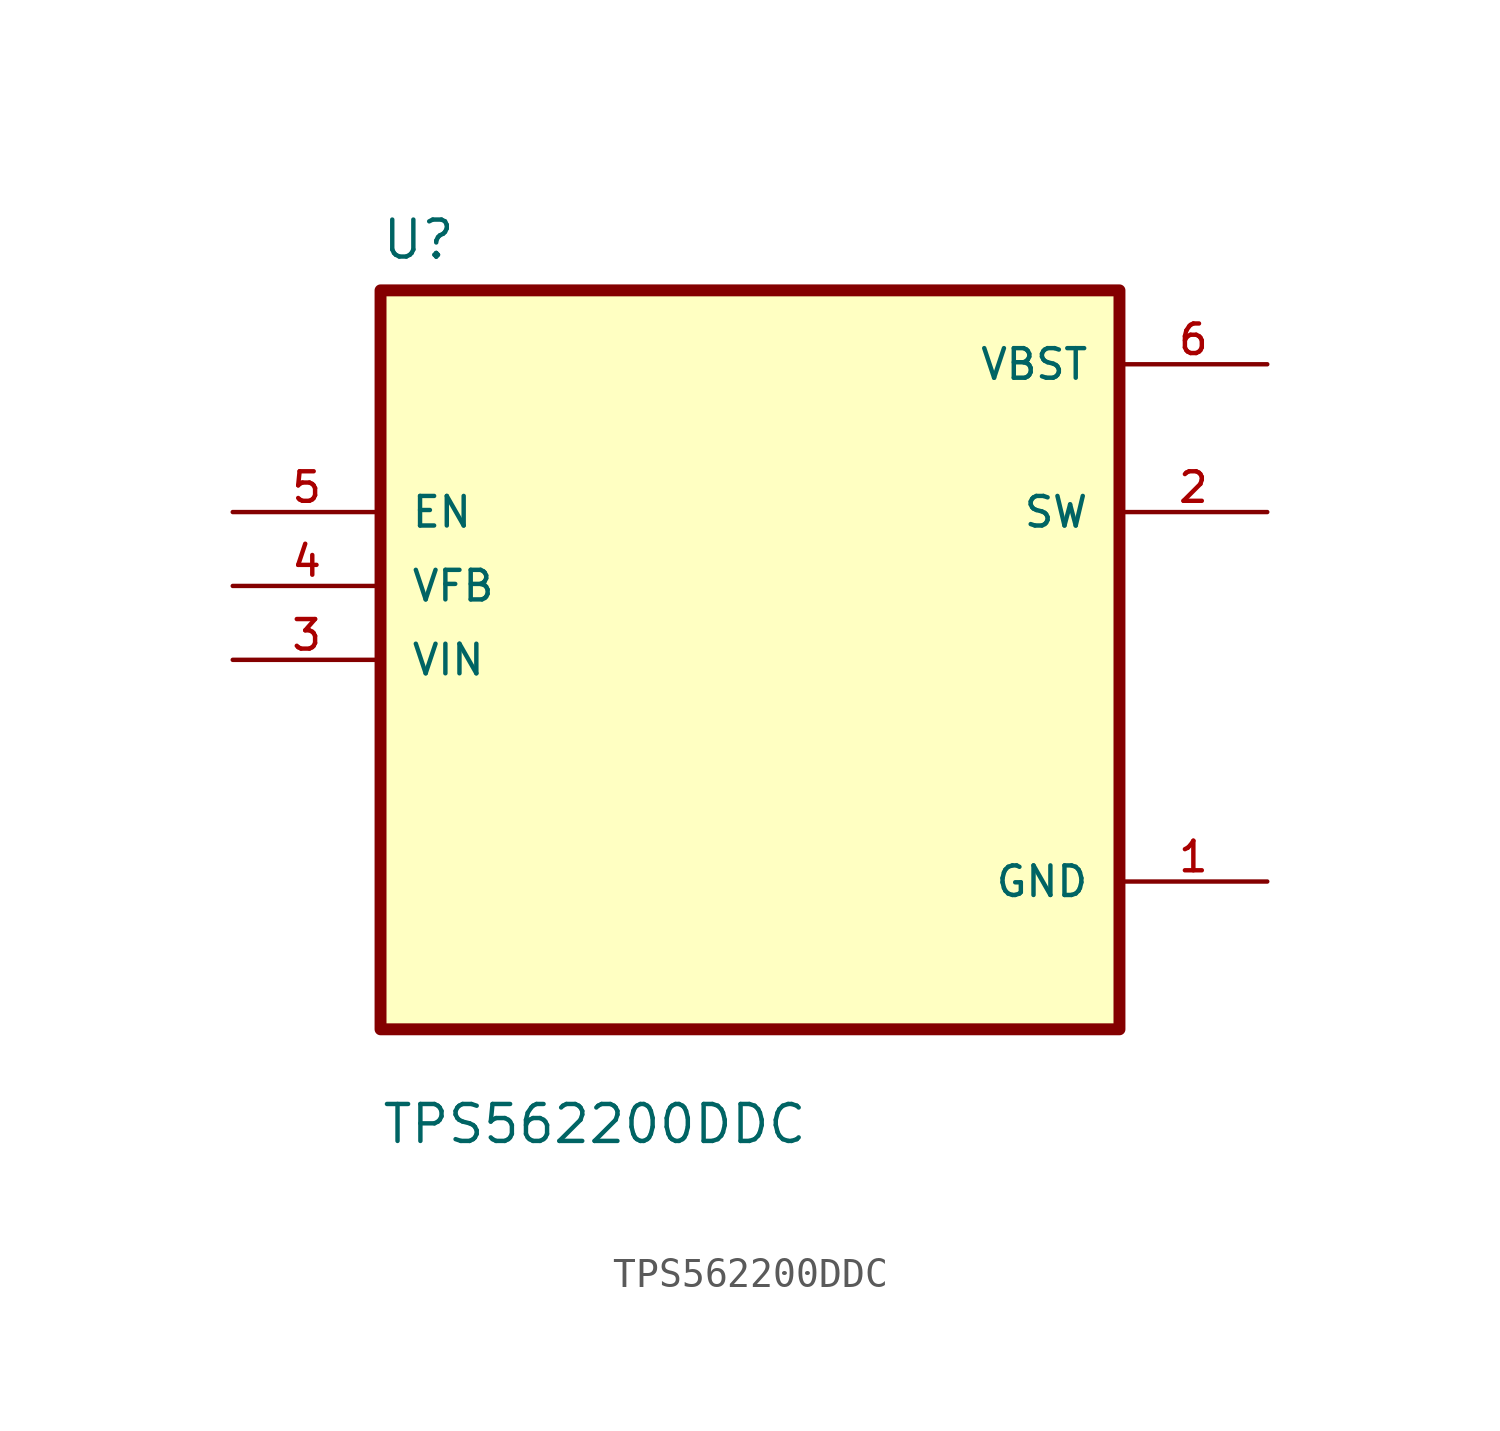
<source format=kicad_sym>
(kicad_symbol_lib
  (version 20211014)
  (generator kicad_symbol_editor)
  (symbol "TPS562200DDC"
    (pin_names
      (offset 1.016))
    (property "Reference" "U"
      (at -12.7 13.7 0.0)
      (effects (font (size 1.27 1.27)) (justify bottom left)))
    (property "Value" "TPS562200DDC"
      (at -12.7 -16.7 0.0)
      (effects (font (size 1.27 1.27)) (justify bottom left)))
    (symbol "TPS562200DDC_0_0"
      (rectangle (start -12.7 -12.7) (end 12.7 12.7) (stroke (width 0.41)) (fill (type background)))
      (pin input line (at -17.78 5.08 0) (length 5.08) (name "EN" (effects (font (size 1.016 1.016)))) (number "5" (effects (font (size 1.016 1.016)))))
      (pin input line (at -17.78 2.54 0) (length 5.08) (name "VFB" (effects (font (size 1.016 1.016)))) (number "4" (effects (font (size 1.016 1.016)))))
      (pin input line (at -17.78 -8.88178e-16 0) (length 5.08) (name "VIN" (effects (font (size 1.016 1.016)))) (number "3" (effects (font (size 1.016 1.016)))))
      (pin power_in line (at 17.78 10.16 180.0) (length 5.08) (name "VBST" (effects (font (size 1.016 1.016)))) (number "6" (effects (font (size 1.016 1.016)))))
      (pin output line (at 17.78 5.08 180.0) (length 5.08) (name "SW" (effects (font (size 1.016 1.016)))) (number "2" (effects (font (size 1.016 1.016)))))
      (pin power_in line (at 17.78 -7.62 180.0) (length 5.08) (name "GND" (effects (font (size 1.016 1.016)))) (number "1" (effects (font (size 1.016 1.016))))))))
</source>
